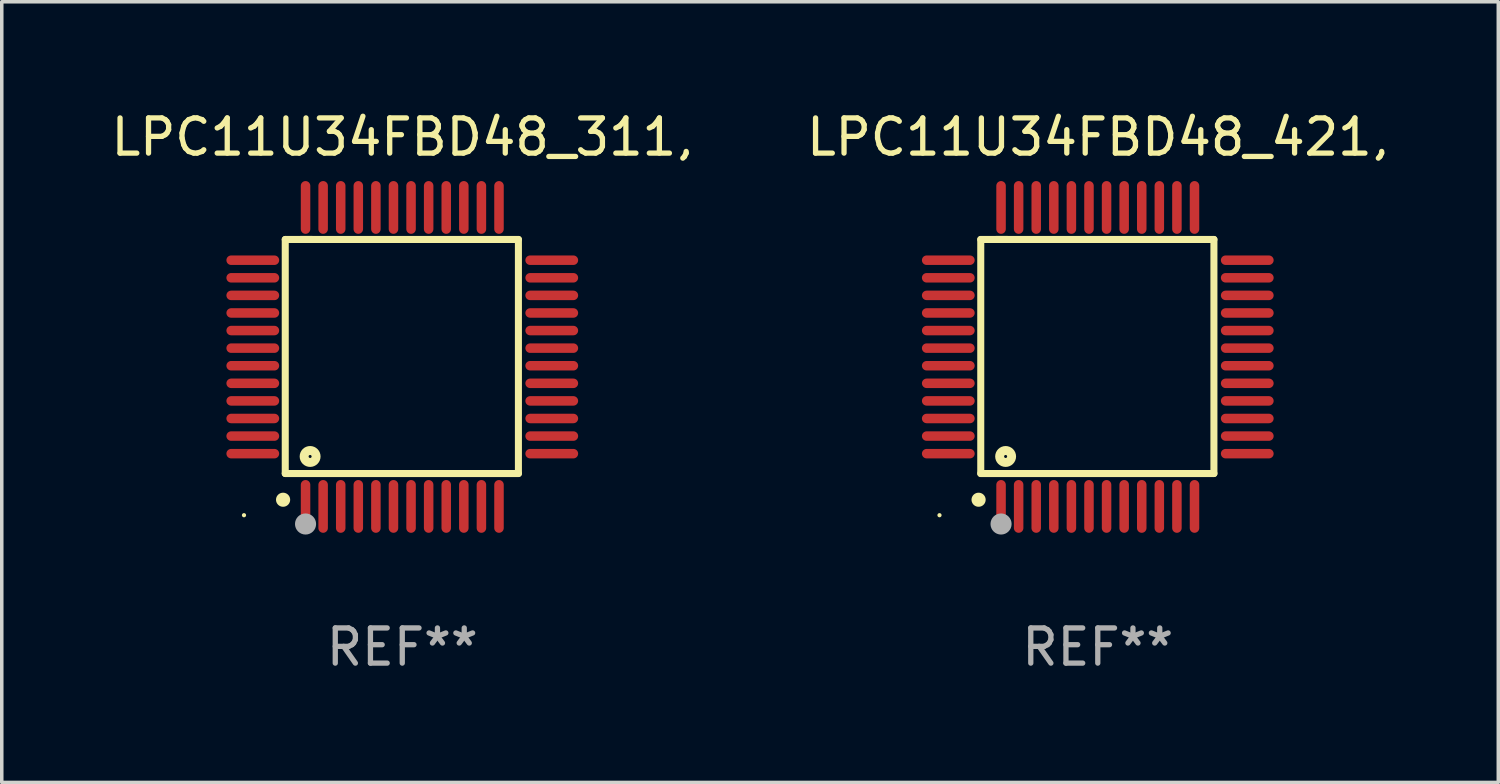
<source format=kicad_pcb>
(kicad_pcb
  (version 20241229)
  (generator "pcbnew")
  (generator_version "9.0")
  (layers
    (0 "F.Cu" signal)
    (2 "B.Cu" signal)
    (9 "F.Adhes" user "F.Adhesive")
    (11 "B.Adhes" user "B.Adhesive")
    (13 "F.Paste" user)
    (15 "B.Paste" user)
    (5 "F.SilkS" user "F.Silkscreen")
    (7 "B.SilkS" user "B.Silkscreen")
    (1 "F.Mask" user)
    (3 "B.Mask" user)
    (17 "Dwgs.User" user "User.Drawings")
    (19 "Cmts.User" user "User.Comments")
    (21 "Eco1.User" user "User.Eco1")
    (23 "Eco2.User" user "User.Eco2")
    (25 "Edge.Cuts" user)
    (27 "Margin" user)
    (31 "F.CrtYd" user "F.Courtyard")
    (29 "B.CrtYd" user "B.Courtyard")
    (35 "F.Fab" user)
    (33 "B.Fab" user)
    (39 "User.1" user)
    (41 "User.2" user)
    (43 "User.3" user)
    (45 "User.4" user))
  (footprint "LPC11U34FBD48_421,"
    (layer "F.Cu")
    (at 28.161 7.098)
    (property "Reference" "LPC11U34FBD48_421," (at 0 -6.25 0) (layer "F.SilkS") (effects (font (size 1 1) (thickness 0.15))))
    (attr through_hole)
    (fp_line (start -3.327 -3.34) (end -2.565 -3.34) (stroke (width 0.2) (type solid)) (layer "F.SilkS"))
    (fp_line (start -3.327 3.315) (end -3.327 -3.34) (stroke (width 0.2) (type solid)) (layer "F.SilkS"))
    (fp_line (start -2.896 -3.34) (end 3.302 -3.34) (stroke (width 0.2) (type solid)) (layer "F.SilkS"))
    (fp_line (start 3.302 -3.34) (end 3.302 3.315) (stroke (width 0.2) (type solid)) (layer "F.SilkS"))
    (fp_line (start 3.302 3.315) (end -3.327 3.315) (stroke (width 0.2) (type solid)) (layer "F.SilkS"))
    (fp_arc (start -3.389992 4.059995) (mid -3.388722 4.059991) (end -3.387452 4.059995) (stroke (width 0.4) (type solid)) (layer "F.SilkS"))
    (fp_circle (center -4.5 4.5) (end -4.47 4.5) (stroke (width 0.06) (type solid)) (fill no) (layer "F.SilkS"))
    (fp_circle (center -2.62 2.83) (end -2.45 2.83) (stroke (width 0.254) (type solid)) (fill no) (layer "F.SilkS"))
    (fp_circle (center -2.75 4.75) (end -2.6 4.75) (stroke (width 0.3) (type solid)) (fill no) (layer "F.Fab"))
    (fp_text user "REF**" (at 0 8.25 0) (layer "F.Fab") (effects (font (size 1 1) (thickness 0.15))))
    (pad "1" smd oval (at -2.75 4.25) (size 0.27 1.5) (layers "F.Cu" "F.Mask" "F.Paste"))
    (pad "2" smd oval (at -2.25 4.25) (size 0.27 1.5) (layers "F.Cu" "F.Mask" "F.Paste"))
    (pad "3" smd oval (at -1.75 4.25) (size 0.27 1.5) (layers "F.Cu" "F.Mask" "F.Paste"))
    (pad "4" smd oval (at -1.25 4.25) (size 0.27 1.5) (layers "F.Cu" "F.Mask" "F.Paste"))
    (pad "5" smd oval (at -0.75 4.25) (size 0.27 1.5) (layers "F.Cu" "F.Mask" "F.Paste"))
    (pad "6" smd oval (at -0.25 4.25) (size 0.27 1.5) (layers "F.Cu" "F.Mask" "F.Paste"))
    (pad "7" smd oval (at 0.25 4.25) (size 0.27 1.5) (layers "F.Cu" "F.Mask" "F.Paste"))
    (pad "8" smd oval (at 0.75 4.25) (size 0.27 1.5) (layers "F.Cu" "F.Mask" "F.Paste"))
    (pad "9" smd oval (at 1.25 4.25) (size 0.27 1.5) (layers "F.Cu" "F.Mask" "F.Paste"))
    (pad "10" smd oval (at 1.75 4.25) (size 0.27 1.5) (layers "F.Cu" "F.Mask" "F.Paste"))
    (pad "11" smd oval (at 2.25 4.25) (size 0.27 1.5) (layers "F.Cu" "F.Mask" "F.Paste"))
    (pad "12" smd oval (at 2.75 4.25) (size 0.27 1.5) (layers "F.Cu" "F.Mask" "F.Paste"))
    (pad "13" smd oval (at 4.25 2.75) (size 1.5 0.27) (layers "F.Cu" "F.Mask" "F.Paste"))
    (pad "14" smd oval (at 4.25 2.25) (size 1.5 0.27) (layers "F.Cu" "F.Mask" "F.Paste"))
    (pad "15" smd oval (at 4.25 1.75) (size 1.5 0.27) (layers "F.Cu" "F.Mask" "F.Paste"))
    (pad "16" smd oval (at 4.25 1.25) (size 1.5 0.27) (layers "F.Cu" "F.Mask" "F.Paste"))
    (pad "17" smd oval (at 4.25 0.75) (size 1.5 0.27) (layers "F.Cu" "F.Mask" "F.Paste"))
    (pad "18" smd oval (at 4.25 0.25) (size 1.5 0.27) (layers "F.Cu" "F.Mask" "F.Paste"))
    (pad "19" smd oval (at 4.25 -0.25) (size 1.5 0.27) (layers "F.Cu" "F.Mask" "F.Paste"))
    (pad "20" smd oval (at 4.25 -0.75) (size 1.5 0.27) (layers "F.Cu" "F.Mask" "F.Paste"))
    (pad "21" smd oval (at 4.25 -1.25) (size 1.5 0.27) (layers "F.Cu" "F.Mask" "F.Paste"))
    (pad "22" smd oval (at 4.25 -1.75) (size 1.5 0.27) (layers "F.Cu" "F.Mask" "F.Paste"))
    (pad "23" smd oval (at 4.25 -2.25) (size 1.5 0.27) (layers "F.Cu" "F.Mask" "F.Paste"))
    (pad "24" smd oval (at 4.25 -2.75) (size 1.5 0.27) (layers "F.Cu" "F.Mask" "F.Paste"))
    (pad "25" smd oval (at 2.75 -4.25) (size 0.27 1.5) (layers "F.Cu" "F.Mask" "F.Paste"))
    (pad "26" smd oval (at 2.25 -4.25) (size 0.27 1.5) (layers "F.Cu" "F.Mask" "F.Paste"))
    (pad "27" smd oval (at 1.75 -4.25) (size 0.27 1.5) (layers "F.Cu" "F.Mask" "F.Paste"))
    (pad "28" smd oval (at 1.25 -4.25) (size 0.27 1.5) (layers "F.Cu" "F.Mask" "F.Paste"))
    (pad "29" smd oval (at 0.75 -4.25) (size 0.27 1.5) (layers "F.Cu" "F.Mask" "F.Paste"))
    (pad "30" smd oval (at 0.25 -4.25) (size 0.27 1.5) (layers "F.Cu" "F.Mask" "F.Paste"))
    (pad "31" smd oval (at -0.25 -4.25) (size 0.27 1.5) (layers "F.Cu" "F.Mask" "F.Paste"))
    (pad "32" smd oval (at -0.75 -4.25) (size 0.27 1.5) (layers "F.Cu" "F.Mask" "F.Paste"))
    (pad "33" smd oval (at -1.25 -4.25) (size 0.27 1.5) (layers "F.Cu" "F.Mask" "F.Paste"))
    (pad "34" smd oval (at -1.75 -4.25) (size 0.27 1.5) (layers "F.Cu" "F.Mask" "F.Paste"))
    (pad "35" smd oval (at -2.25 -4.25) (size 0.27 1.5) (layers "F.Cu" "F.Mask" "F.Paste"))
    (pad "36" smd oval (at -2.75 -4.25) (size 0.27 1.5) (layers "F.Cu" "F.Mask" "F.Paste"))
    (pad "37" smd oval (at -4.25 -2.75) (size 1.5 0.27) (layers "F.Cu" "F.Mask" "F.Paste"))
    (pad "38" smd oval (at -4.25 -2.25) (size 1.5 0.27) (layers "F.Cu" "F.Mask" "F.Paste"))
    (pad "39" smd oval (at -4.25 -1.75) (size 1.5 0.27) (layers "F.Cu" "F.Mask" "F.Paste"))
    (pad "40" smd oval (at -4.25 -1.25) (size 1.5 0.27) (layers "F.Cu" "F.Mask" "F.Paste"))
    (pad "41" smd oval (at -4.25 -0.75) (size 1.5 0.27) (layers "F.Cu" "F.Mask" "F.Paste"))
    (pad "42" smd oval (at -4.25 -0.25) (size 1.5 0.27) (layers "F.Cu" "F.Mask" "F.Paste"))
    (pad "43" smd oval (at -4.25 0.25) (size 1.5 0.27) (layers "F.Cu" "F.Mask" "F.Paste"))
    (pad "44" smd oval (at -4.25 0.75) (size 1.5 0.27) (layers "F.Cu" "F.Mask" "F.Paste"))
    (pad "45" smd oval (at -4.25 1.25) (size 1.5 0.27) (layers "F.Cu" "F.Mask" "F.Paste"))
    (pad "46" smd oval (at -4.25 1.75) (size 1.5 0.27) (layers "F.Cu" "F.Mask" "F.Paste"))
    (pad "47" smd oval (at -4.25 2.25) (size 1.5 0.27) (layers "F.Cu" "F.Mask" "F.Paste"))
    (pad "48" smd oval (at -4.25 2.75) (size 1.5 0.27) (layers "F.Cu" "F.Mask" "F.Paste")))
  (footprint "LPC11U34FBD48_311,"
    (layer "F.Cu")
    (at 8.387 7.098)
    (property "Reference" "LPC11U34FBD48_311," (at 0 -6.25 0) (layer "F.SilkS") (effects (font (size 1 1) (thickness 0.15))))
    (attr through_hole)
    (fp_line (start -3.327 -3.34) (end -2.565 -3.34) (stroke (width 0.2) (type solid)) (layer "F.SilkS"))
    (fp_line (start -3.327 3.315) (end -3.327 -3.34) (stroke (width 0.2) (type solid)) (layer "F.SilkS"))
    (fp_line (start -2.896 -3.34) (end 3.302 -3.34) (stroke (width 0.2) (type solid)) (layer "F.SilkS"))
    (fp_line (start 3.302 -3.34) (end 3.302 3.315) (stroke (width 0.2) (type solid)) (layer "F.SilkS"))
    (fp_line (start 3.302 3.315) (end -3.327 3.315) (stroke (width 0.2) (type solid)) (layer "F.SilkS"))
    (fp_arc (start -3.389992 4.059995) (mid -3.388722 4.059991) (end -3.387452 4.059995) (stroke (width 0.4) (type solid)) (layer "F.SilkS"))
    (fp_circle (center -4.5 4.5) (end -4.47 4.5) (stroke (width 0.06) (type solid)) (fill no) (layer "F.SilkS"))
    (fp_circle (center -2.62 2.83) (end -2.45 2.83) (stroke (width 0.254) (type solid)) (fill no) (layer "F.SilkS"))
    (fp_circle (center -2.75 4.75) (end -2.6 4.75) (stroke (width 0.3) (type solid)) (fill no) (layer "F.Fab"))
    (fp_text user "REF**" (at 0 8.25 0) (layer "F.Fab") (effects (font (size 1 1) (thickness 0.15))))
    (pad "1" smd oval (at -2.75 4.25) (size 0.27 1.5) (layers "F.Cu" "F.Mask" "F.Paste"))
    (pad "2" smd oval (at -2.25 4.25) (size 0.27 1.5) (layers "F.Cu" "F.Mask" "F.Paste"))
    (pad "3" smd oval (at -1.75 4.25) (size 0.27 1.5) (layers "F.Cu" "F.Mask" "F.Paste"))
    (pad "4" smd oval (at -1.25 4.25) (size 0.27 1.5) (layers "F.Cu" "F.Mask" "F.Paste"))
    (pad "5" smd oval (at -0.75 4.25) (size 0.27 1.5) (layers "F.Cu" "F.Mask" "F.Paste"))
    (pad "6" smd oval (at -0.25 4.25) (size 0.27 1.5) (layers "F.Cu" "F.Mask" "F.Paste"))
    (pad "7" smd oval (at 0.25 4.25) (size 0.27 1.5) (layers "F.Cu" "F.Mask" "F.Paste"))
    (pad "8" smd oval (at 0.75 4.25) (size 0.27 1.5) (layers "F.Cu" "F.Mask" "F.Paste"))
    (pad "9" smd oval (at 1.25 4.25) (size 0.27 1.5) (layers "F.Cu" "F.Mask" "F.Paste"))
    (pad "10" smd oval (at 1.75 4.25) (size 0.27 1.5) (layers "F.Cu" "F.Mask" "F.Paste"))
    (pad "11" smd oval (at 2.25 4.25) (size 0.27 1.5) (layers "F.Cu" "F.Mask" "F.Paste"))
    (pad "12" smd oval (at 2.75 4.25) (size 0.27 1.5) (layers "F.Cu" "F.Mask" "F.Paste"))
    (pad "13" smd oval (at 4.25 2.75) (size 1.5 0.27) (layers "F.Cu" "F.Mask" "F.Paste"))
    (pad "14" smd oval (at 4.25 2.25) (size 1.5 0.27) (layers "F.Cu" "F.Mask" "F.Paste"))
    (pad "15" smd oval (at 4.25 1.75) (size 1.5 0.27) (layers "F.Cu" "F.Mask" "F.Paste"))
    (pad "16" smd oval (at 4.25 1.25) (size 1.5 0.27) (layers "F.Cu" "F.Mask" "F.Paste"))
    (pad "17" smd oval (at 4.25 0.75) (size 1.5 0.27) (layers "F.Cu" "F.Mask" "F.Paste"))
    (pad "18" smd oval (at 4.25 0.25) (size 1.5 0.27) (layers "F.Cu" "F.Mask" "F.Paste"))
    (pad "19" smd oval (at 4.25 -0.25) (size 1.5 0.27) (layers "F.Cu" "F.Mask" "F.Paste"))
    (pad "20" smd oval (at 4.25 -0.75) (size 1.5 0.27) (layers "F.Cu" "F.Mask" "F.Paste"))
    (pad "21" smd oval (at 4.25 -1.25) (size 1.5 0.27) (layers "F.Cu" "F.Mask" "F.Paste"))
    (pad "22" smd oval (at 4.25 -1.75) (size 1.5 0.27) (layers "F.Cu" "F.Mask" "F.Paste"))
    (pad "23" smd oval (at 4.25 -2.25) (size 1.5 0.27) (layers "F.Cu" "F.Mask" "F.Paste"))
    (pad "24" smd oval (at 4.25 -2.75) (size 1.5 0.27) (layers "F.Cu" "F.Mask" "F.Paste"))
    (pad "25" smd oval (at 2.75 -4.25) (size 0.27 1.5) (layers "F.Cu" "F.Mask" "F.Paste"))
    (pad "26" smd oval (at 2.25 -4.25) (size 0.27 1.5) (layers "F.Cu" "F.Mask" "F.Paste"))
    (pad "27" smd oval (at 1.75 -4.25) (size 0.27 1.5) (layers "F.Cu" "F.Mask" "F.Paste"))
    (pad "28" smd oval (at 1.25 -4.25) (size 0.27 1.5) (layers "F.Cu" "F.Mask" "F.Paste"))
    (pad "29" smd oval (at 0.75 -4.25) (size 0.27 1.5) (layers "F.Cu" "F.Mask" "F.Paste"))
    (pad "30" smd oval (at 0.25 -4.25) (size 0.27 1.5) (layers "F.Cu" "F.Mask" "F.Paste"))
    (pad "31" smd oval (at -0.25 -4.25) (size 0.27 1.5) (layers "F.Cu" "F.Mask" "F.Paste"))
    (pad "32" smd oval (at -0.75 -4.25) (size 0.27 1.5) (layers "F.Cu" "F.Mask" "F.Paste"))
    (pad "33" smd oval (at -1.25 -4.25) (size 0.27 1.5) (layers "F.Cu" "F.Mask" "F.Paste"))
    (pad "34" smd oval (at -1.75 -4.25) (size 0.27 1.5) (layers "F.Cu" "F.Mask" "F.Paste"))
    (pad "35" smd oval (at -2.25 -4.25) (size 0.27 1.5) (layers "F.Cu" "F.Mask" "F.Paste"))
    (pad "36" smd oval (at -2.75 -4.25) (size 0.27 1.5) (layers "F.Cu" "F.Mask" "F.Paste"))
    (pad "37" smd oval (at -4.25 -2.75) (size 1.5 0.27) (layers "F.Cu" "F.Mask" "F.Paste"))
    (pad "38" smd oval (at -4.25 -2.25) (size 1.5 0.27) (layers "F.Cu" "F.Mask" "F.Paste"))
    (pad "39" smd oval (at -4.25 -1.75) (size 1.5 0.27) (layers "F.Cu" "F.Mask" "F.Paste"))
    (pad "40" smd oval (at -4.25 -1.25) (size 1.5 0.27) (layers "F.Cu" "F.Mask" "F.Paste"))
    (pad "41" smd oval (at -4.25 -0.75) (size 1.5 0.27) (layers "F.Cu" "F.Mask" "F.Paste"))
    (pad "42" smd oval (at -4.25 -0.25) (size 1.5 0.27) (layers "F.Cu" "F.Mask" "F.Paste"))
    (pad "43" smd oval (at -4.25 0.25) (size 1.5 0.27) (layers "F.Cu" "F.Mask" "F.Paste"))
    (pad "44" smd oval (at -4.25 0.75) (size 1.5 0.27) (layers "F.Cu" "F.Mask" "F.Paste"))
    (pad "45" smd oval (at -4.25 1.25) (size 1.5 0.27) (layers "F.Cu" "F.Mask" "F.Paste"))
    (pad "46" smd oval (at -4.25 1.75) (size 1.5 0.27) (layers "F.Cu" "F.Mask" "F.Paste"))
    (pad "47" smd oval (at -4.25 2.25) (size 1.5 0.27) (layers "F.Cu" "F.Mask" "F.Paste"))
    (pad "48" smd oval (at -4.25 2.75) (size 1.5 0.27) (layers "F.Cu" "F.Mask" "F.Paste")))
  (gr_rect
    (start -3 -3)
    (end 39.548 19.196)
    (stroke (width 0.1) (type default))
    (fill no)
    (layer "Edge.Cuts")))
</source>
